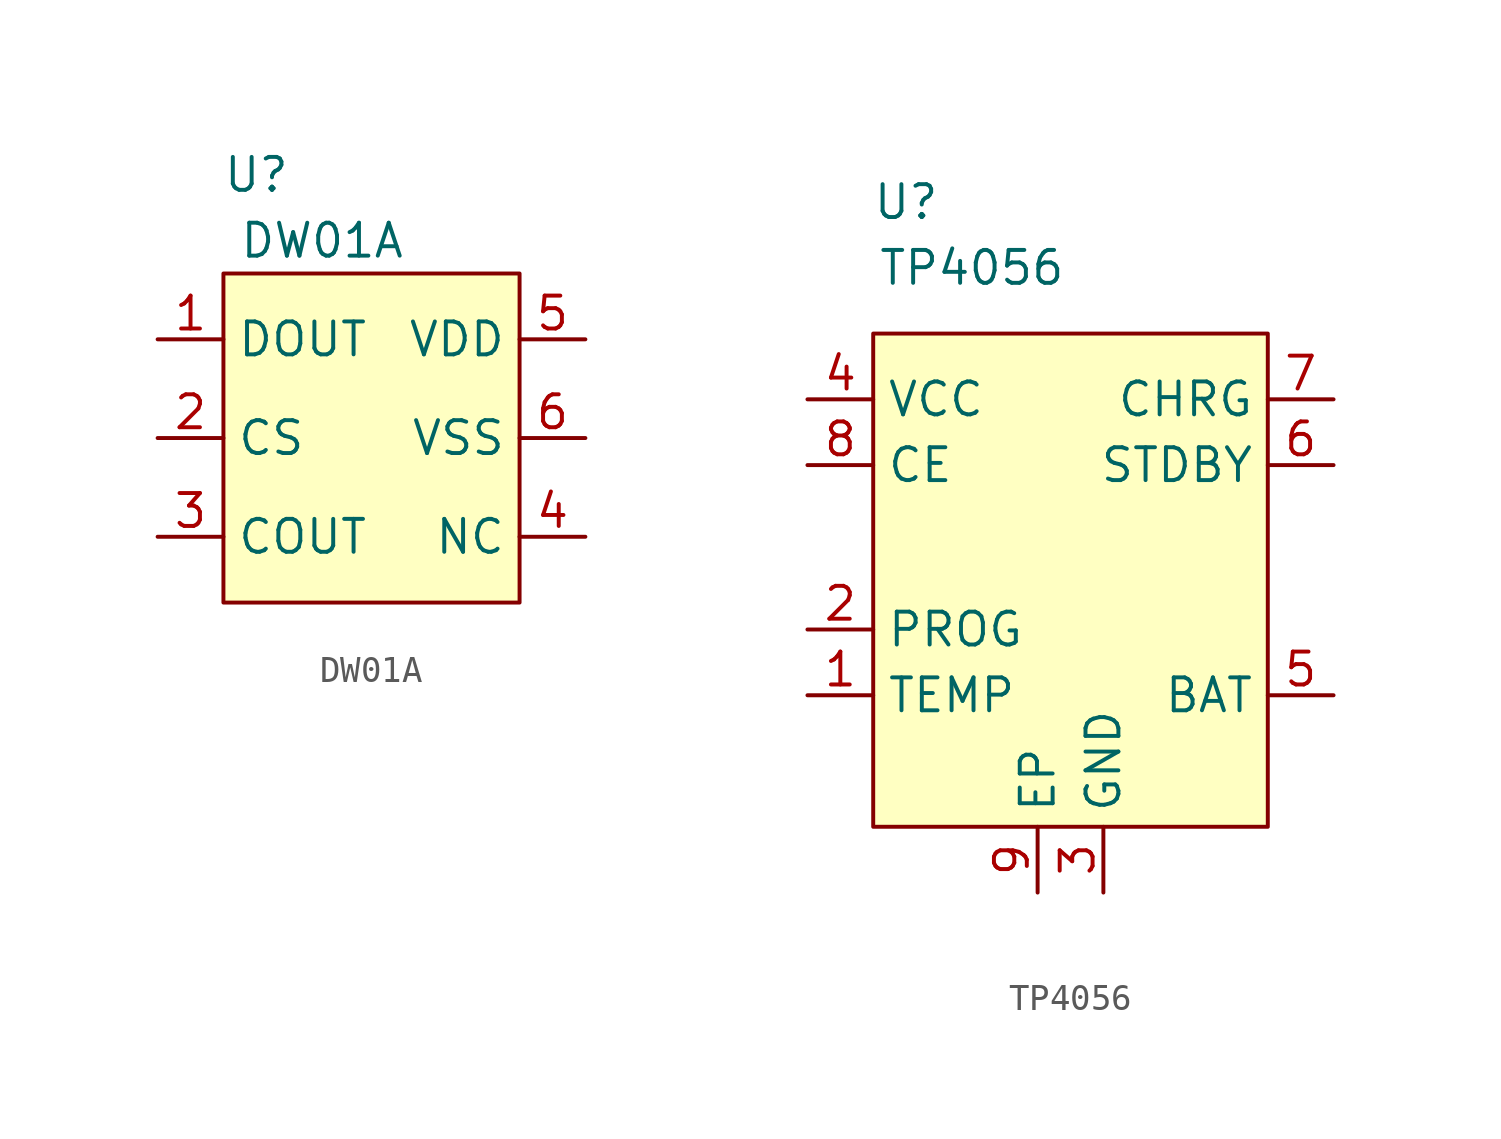
<source format=kicad_sym>
(kicad_symbol_lib
  (version 20220914)
  (generator kicad_symbol_editor)
  (symbol "DW01A"
    (property "Reference" "U"
      (at -3.81 10.16 0)
      (effects (font (size 1.27 1.27))))
    (property "Value" "DW01A"
      (at -1.27 7.62 0)
      (effects (font (size 1.27 1.27))))
    (symbol "DW01A_1_1"
      (rectangle (start -5.08 6.35) (end 6.35 -6.35) (stroke (width 0) (type default)) (fill (type background)))
      (pin bidirectional line (at -7.62 3.81 0) (length 2.54) (name "DOUT" (effects (font (size 1.27 1.27)))) (number "1" (effects (font (size 1.27 1.27)))))
      (pin bidirectional line (at -7.62 0 0) (length 2.54) (name "CS" (effects (font (size 1.27 1.27)))) (number "2" (effects (font (size 1.27 1.27)))))
      (pin bidirectional line (at -7.62 -3.81 0) (length 2.54) (name "COUT" (effects (font (size 1.27 1.27)))) (number "3" (effects (font (size 1.27 1.27)))))
      (pin bidirectional line (at 8.89 -3.81 180) (length 2.54) (name "NC" (effects (font (size 1.27 1.27)))) (number "4" (effects (font (size 1.27 1.27)))))
      (pin bidirectional line (at 8.89 3.81 180) (length 2.54) (name "VDD" (effects (font (size 1.27 1.27)))) (number "5" (effects (font (size 1.27 1.27)))))
      (pin bidirectional line (at 8.89 0 180) (length 2.54) (name "VSS" (effects (font (size 1.27 1.27)))) (number "6" (effects (font (size 1.27 1.27)))))))
  (symbol "TP4056"
    (property "Reference" "U"
      (at -6.35 13.97 0)
      (effects (font (size 1.27 1.27))))
    (property "Value" "TP4056"
      (at -3.81 11.43 0)
      (effects (font (size 1.27 1.27))))
    (symbol "TP4056_1_1"
      (rectangle (start -7.62 8.89) (end 7.62 -10.16) (stroke (width 0) (type default)) (fill (type background)))
      (pin bidirectional line (at -10.16 -5.08 0) (length 2.54) (name "TEMP" (effects (font (size 1.27 1.27)))) (number "1" (effects (font (size 1.27 1.27)))))
      (pin bidirectional line (at -10.16 -2.54 0) (length 2.54) (name "PROG" (effects (font (size 1.27 1.27)))) (number "2" (effects (font (size 1.27 1.27)))))
      (pin power_in line (at 1.27 -12.7 90) (length 2.54) (name "GND" (effects (font (size 1.27 1.27)))) (number "3" (effects (font (size 1.27 1.27)))))
      (pin power_in line (at -10.16 6.35 0) (length 2.54) (name "VCC" (effects (font (size 1.27 1.27)))) (number "4" (effects (font (size 1.27 1.27)))))
      (pin power_out line (at 10.16 -5.08 180) (length 2.54) (name "BAT" (effects (font (size 1.27 1.27)))) (number "5" (effects (font (size 1.27 1.27)))))
      (pin bidirectional line (at 10.16 3.81 180) (length 2.54) (name "STDBY" (effects (font (size 1.27 1.27)))) (number "6" (effects (font (size 1.27 1.27)))))
      (pin bidirectional line (at 10.16 6.35 180) (length 2.54) (name "CHRG" (effects (font (size 1.27 1.27)))) (number "7" (effects (font (size 1.27 1.27)))))
      (pin bidirectional line (at -10.16 3.81 0) (length 2.54) (name "CE" (effects (font (size 1.27 1.27)))) (number "8" (effects (font (size 1.27 1.27)))))
      (pin power_in line (at -1.27 -12.7 90) (length 2.54) (name "EP" (effects (font (size 1.27 1.27)))) (number "9" (effects (font (size 1.27 1.27))))))))
</source>
